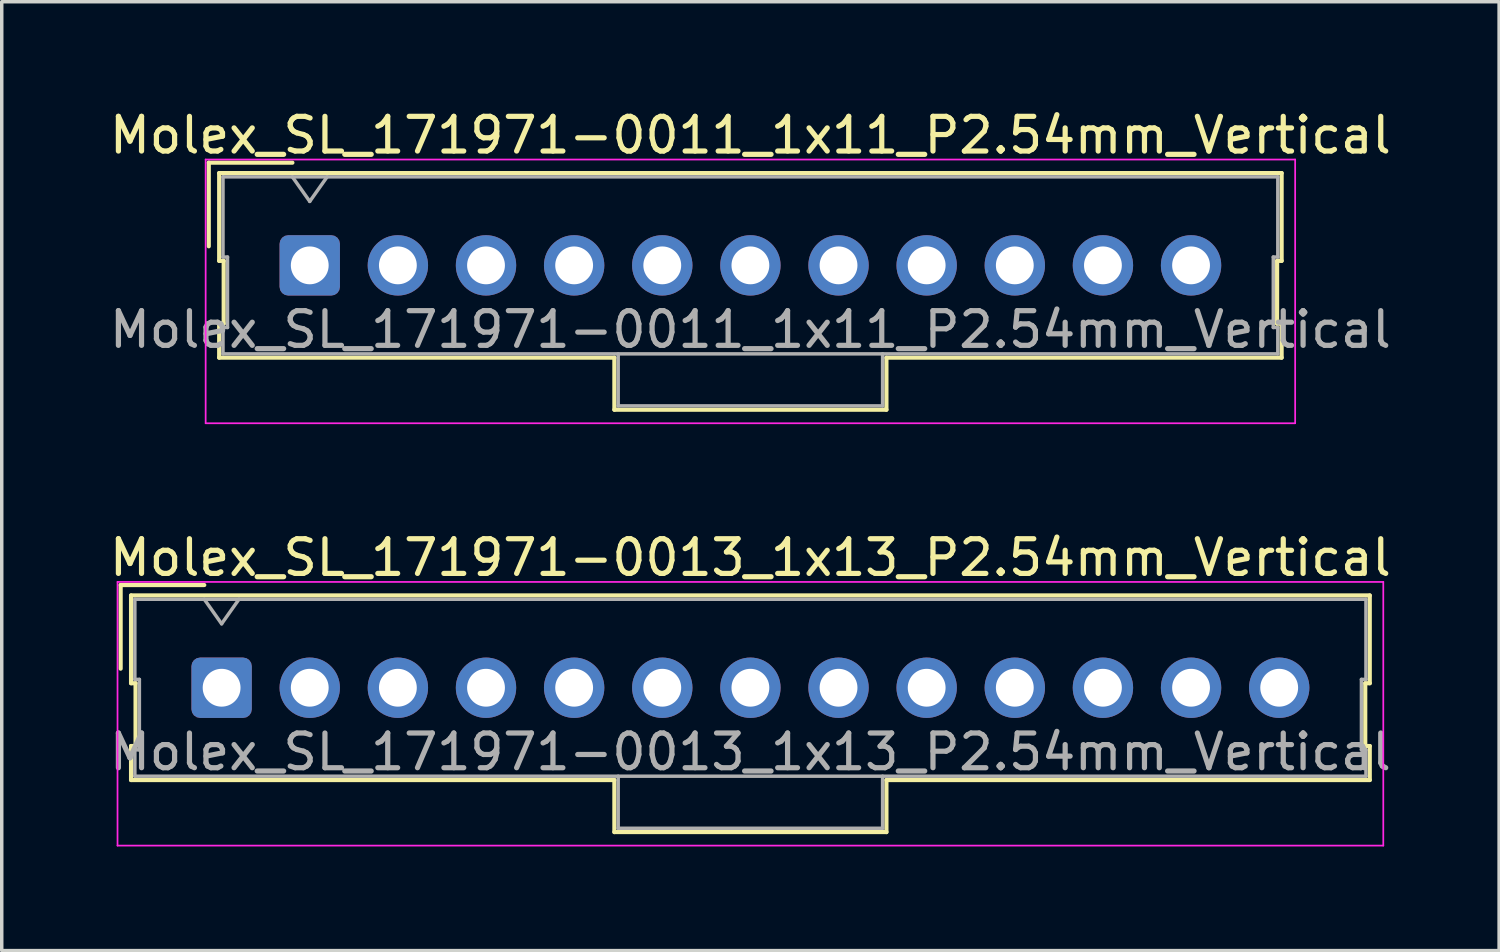
<source format=kicad_pcb>
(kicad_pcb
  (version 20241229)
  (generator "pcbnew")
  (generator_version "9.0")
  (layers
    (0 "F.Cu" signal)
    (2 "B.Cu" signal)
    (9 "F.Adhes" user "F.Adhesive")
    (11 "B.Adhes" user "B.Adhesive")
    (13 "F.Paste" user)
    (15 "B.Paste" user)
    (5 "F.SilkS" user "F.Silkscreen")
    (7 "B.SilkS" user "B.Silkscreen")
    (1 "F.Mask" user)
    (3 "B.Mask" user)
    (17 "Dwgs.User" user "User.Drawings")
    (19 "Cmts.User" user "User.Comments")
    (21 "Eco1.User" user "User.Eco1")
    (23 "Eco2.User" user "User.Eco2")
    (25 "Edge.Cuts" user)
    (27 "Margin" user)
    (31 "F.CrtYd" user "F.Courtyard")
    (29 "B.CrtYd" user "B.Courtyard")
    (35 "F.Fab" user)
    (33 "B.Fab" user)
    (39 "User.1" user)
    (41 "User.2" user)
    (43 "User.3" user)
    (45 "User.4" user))
  (footprint "Molex_SL_171971-0011_1x11_P2.54mm_Vertical"
    (layer "F.Cu")
    (at 5.877 4.598)
    (property "Reference" "Molex_SL_171971-0011_1x11_P2.54mm_Vertical" (at 12.7 -3.75 0) (layer "F.SilkS") (effects (font (size 1 1) (thickness 0.15))))
    (attr through_hole)
    (fp_line (start -2.91 -2.96) (end -0.5 -2.96) (stroke (width 0.12) (type solid)) (layer "F.SilkS"))
    (fp_line (start -2.91 -0.55) (end -2.91 -2.96) (stroke (width 0.12) (type solid)) (layer "F.SilkS"))
    (fp_line (start -2.61 -2.66) (end -2.61 -0.13) (stroke (width 0.12) (type solid)) (layer "F.SilkS"))
    (fp_line (start -2.61 -0.13) (end -2.48 -0.13) (stroke (width 0.12) (type solid)) (layer "F.SilkS"))
    (fp_line (start -2.61 1.68) (end -2.61 2.66) (stroke (width 0.12) (type solid)) (layer "F.SilkS"))
    (fp_line (start -2.61 2.66) (end 8.78 2.66) (stroke (width 0.12) (type solid)) (layer "F.SilkS"))
    (fp_line (start -2.48 -0.13) (end -2.48 1.68) (stroke (width 0.12) (type solid)) (layer "F.SilkS"))
    (fp_line (start -2.48 1.68) (end -2.61 1.68) (stroke (width 0.12) (type solid)) (layer "F.SilkS"))
    (fp_line (start 8.78 2.66) (end 8.78 4.16) (stroke (width 0.12) (type solid)) (layer "F.SilkS"))
    (fp_line (start 8.78 4.16) (end 16.62 4.16) (stroke (width 0.12) (type solid)) (layer "F.SilkS"))
    (fp_line (start 16.62 2.66) (end 28.01 2.66) (stroke (width 0.12) (type solid)) (layer "F.SilkS"))
    (fp_line (start 16.62 4.16) (end 16.62 2.66) (stroke (width 0.12) (type solid)) (layer "F.SilkS"))
    (fp_line (start 27.88 -0.13) (end 28.01 -0.13) (stroke (width 0.12) (type solid)) (layer "F.SilkS"))
    (fp_line (start 27.88 1.68) (end 27.88 -0.13) (stroke (width 0.12) (type solid)) (layer "F.SilkS"))
    (fp_line (start 28.01 -2.66) (end -2.61 -2.66) (stroke (width 0.12) (type solid)) (layer "F.SilkS"))
    (fp_line (start 28.01 -0.13) (end 28.01 -2.66) (stroke (width 0.12) (type solid)) (layer "F.SilkS"))
    (fp_line (start 28.01 1.68) (end 27.88 1.68) (stroke (width 0.12) (type solid)) (layer "F.SilkS"))
    (fp_line (start 28.01 2.66) (end 28.01 1.68) (stroke (width 0.12) (type solid)) (layer "F.SilkS"))
    (fp_line (start -3 -3.05) (end -3 4.55) (stroke (width 0.05) (type solid)) (layer "F.CrtYd"))
    (fp_line (start -3 4.55) (end 28.4 4.55) (stroke (width 0.05) (type solid)) (layer "F.CrtYd"))
    (fp_line (start 28.4 -3.05) (end -3 -3.05) (stroke (width 0.05) (type solid)) (layer "F.CrtYd"))
    (fp_line (start 28.4 4.55) (end 28.4 -3.05) (stroke (width 0.05) (type solid)) (layer "F.CrtYd"))
    (fp_line (start -2.5 -2.55) (end -2.5 -0.24) (stroke (width 0.1) (type solid)) (layer "F.Fab"))
    (fp_line (start -2.5 -0.24) (end -2.37 -0.24) (stroke (width 0.1) (type solid)) (layer "F.Fab"))
    (fp_line (start -2.5 1.79) (end -2.5 2.55) (stroke (width 0.1) (type solid)) (layer "F.Fab"))
    (fp_line (start -2.5 2.55) (end 27.9 2.55) (stroke (width 0.1) (type solid)) (layer "F.Fab"))
    (fp_line (start -2.37 -0.24) (end -2.37 1.79) (stroke (width 0.1) (type solid)) (layer "F.Fab"))
    (fp_line (start -2.37 1.79) (end -2.5 1.79) (stroke (width 0.1) (type solid)) (layer "F.Fab"))
    (fp_line (start 0 -1.843) (end -0.5 -2.55) (stroke (width 0.1) (type solid)) (layer "F.Fab"))
    (fp_line (start 0.5 -2.55) (end 0 -1.843) (stroke (width 0.1) (type solid)) (layer "F.Fab"))
    (fp_line (start 8.89 2.55) (end 8.89 4.05) (stroke (width 0.1) (type solid)) (layer "F.Fab"))
    (fp_line (start 8.89 4.05) (end 16.51 4.05) (stroke (width 0.1) (type solid)) (layer "F.Fab"))
    (fp_line (start 16.51 4.05) (end 16.51 2.55) (stroke (width 0.1) (type solid)) (layer "F.Fab"))
    (fp_line (start 27.77 -0.24) (end 27.9 -0.24) (stroke (width 0.1) (type solid)) (layer "F.Fab"))
    (fp_line (start 27.77 1.79) (end 27.77 -0.24) (stroke (width 0.1) (type solid)) (layer "F.Fab"))
    (fp_line (start 27.9 -2.55) (end -2.5 -2.55) (stroke (width 0.1) (type solid)) (layer "F.Fab"))
    (fp_line (start 27.9 -0.24) (end 27.9 -2.55) (stroke (width 0.1) (type solid)) (layer "F.Fab"))
    (fp_line (start 27.9 1.79) (end 27.77 1.79) (stroke (width 0.1) (type solid)) (layer "F.Fab"))
    (fp_line (start 27.9 2.55) (end 27.9 1.79) (stroke (width 0.1) (type solid)) (layer "F.Fab"))
    (fp_text user "${REFERENCE}" (at 12.7 1.85 0) (layer "F.Fab") (effects (font (size 1 1) (thickness 0.15))))
    (pad "1" thru_hole roundrect (at 0 0) (size 1.74 1.74) (drill 1.09) (layers "*.Cu" "*.Mask") (roundrect_rratio 0.144))
    (pad "2" thru_hole circle (at 2.54 0) (size 1.74 1.74) (drill 1.09) (layers "*.Cu" "*.Mask"))
    (pad "3" thru_hole circle (at 5.08 0) (size 1.74 1.74) (drill 1.09) (layers "*.Cu" "*.Mask"))
    (pad "4" thru_hole circle (at 7.62 0) (size 1.74 1.74) (drill 1.09) (layers "*.Cu" "*.Mask"))
    (pad "5" thru_hole circle (at 10.16 0) (size 1.74 1.74) (drill 1.09) (layers "*.Cu" "*.Mask"))
    (pad "6" thru_hole circle (at 12.7 0) (size 1.74 1.74) (drill 1.09) (layers "*.Cu" "*.Mask"))
    (pad "7" thru_hole circle (at 15.24 0) (size 1.74 1.74) (drill 1.09) (layers "*.Cu" "*.Mask"))
    (pad "8" thru_hole circle (at 17.78 0) (size 1.74 1.74) (drill 1.09) (layers "*.Cu" "*.Mask"))
    (pad "9" thru_hole circle (at 20.32 0) (size 1.74 1.74) (drill 1.09) (layers "*.Cu" "*.Mask"))
    (pad "10" thru_hole circle (at 22.86 0) (size 1.74 1.74) (drill 1.09) (layers "*.Cu" "*.Mask"))
    (pad "11" thru_hole circle (at 25.4 0) (size 1.74 1.74) (drill 1.09) (layers "*.Cu" "*.Mask")))
  (footprint "Molex_SL_171971-0013_1x13_P2.54mm_Vertical"
    (layer "F.Cu")
    (at 3.337 16.771)
    (property "Reference" "Molex_SL_171971-0013_1x13_P2.54mm_Vertical" (at 15.24 -3.75 0) (layer "F.SilkS") (effects (font (size 1 1) (thickness 0.15))))
    (attr through_hole)
    (fp_line (start -2.91 -2.96) (end -0.5 -2.96) (stroke (width 0.12) (type solid)) (layer "F.SilkS"))
    (fp_line (start -2.91 -0.55) (end -2.91 -2.96) (stroke (width 0.12) (type solid)) (layer "F.SilkS"))
    (fp_line (start -2.61 -2.66) (end -2.61 -0.13) (stroke (width 0.12) (type solid)) (layer "F.SilkS"))
    (fp_line (start -2.61 -0.13) (end -2.48 -0.13) (stroke (width 0.12) (type solid)) (layer "F.SilkS"))
    (fp_line (start -2.61 1.68) (end -2.61 2.66) (stroke (width 0.12) (type solid)) (layer "F.SilkS"))
    (fp_line (start -2.61 2.66) (end 11.32 2.66) (stroke (width 0.12) (type solid)) (layer "F.SilkS"))
    (fp_line (start -2.48 -0.13) (end -2.48 1.68) (stroke (width 0.12) (type solid)) (layer "F.SilkS"))
    (fp_line (start -2.48 1.68) (end -2.61 1.68) (stroke (width 0.12) (type solid)) (layer "F.SilkS"))
    (fp_line (start 11.32 2.66) (end 11.32 4.16) (stroke (width 0.12) (type solid)) (layer "F.SilkS"))
    (fp_line (start 11.32 4.16) (end 19.16 4.16) (stroke (width 0.12) (type solid)) (layer "F.SilkS"))
    (fp_line (start 19.16 2.66) (end 33.09 2.66) (stroke (width 0.12) (type solid)) (layer "F.SilkS"))
    (fp_line (start 19.16 4.16) (end 19.16 2.66) (stroke (width 0.12) (type solid)) (layer "F.SilkS"))
    (fp_line (start 32.96 -0.13) (end 33.09 -0.13) (stroke (width 0.12) (type solid)) (layer "F.SilkS"))
    (fp_line (start 32.96 1.68) (end 32.96 -0.13) (stroke (width 0.12) (type solid)) (layer "F.SilkS"))
    (fp_line (start 33.09 -2.66) (end -2.61 -2.66) (stroke (width 0.12) (type solid)) (layer "F.SilkS"))
    (fp_line (start 33.09 -0.13) (end 33.09 -2.66) (stroke (width 0.12) (type solid)) (layer "F.SilkS"))
    (fp_line (start 33.09 1.68) (end 32.96 1.68) (stroke (width 0.12) (type solid)) (layer "F.SilkS"))
    (fp_line (start 33.09 2.66) (end 33.09 1.68) (stroke (width 0.12) (type solid)) (layer "F.SilkS"))
    (fp_line (start -3 -3.05) (end -3 4.55) (stroke (width 0.05) (type solid)) (layer "F.CrtYd"))
    (fp_line (start -3 4.55) (end 33.48 4.55) (stroke (width 0.05) (type solid)) (layer "F.CrtYd"))
    (fp_line (start 33.48 -3.05) (end -3 -3.05) (stroke (width 0.05) (type solid)) (layer "F.CrtYd"))
    (fp_line (start 33.48 4.55) (end 33.48 -3.05) (stroke (width 0.05) (type solid)) (layer "F.CrtYd"))
    (fp_line (start -2.5 -2.55) (end -2.5 -0.24) (stroke (width 0.1) (type solid)) (layer "F.Fab"))
    (fp_line (start -2.5 -0.24) (end -2.37 -0.24) (stroke (width 0.1) (type solid)) (layer "F.Fab"))
    (fp_line (start -2.5 1.79) (end -2.5 2.55) (stroke (width 0.1) (type solid)) (layer "F.Fab"))
    (fp_line (start -2.5 2.55) (end 32.98 2.55) (stroke (width 0.1) (type solid)) (layer "F.Fab"))
    (fp_line (start -2.37 -0.24) (end -2.37 1.79) (stroke (width 0.1) (type solid)) (layer "F.Fab"))
    (fp_line (start -2.37 1.79) (end -2.5 1.79) (stroke (width 0.1) (type solid)) (layer "F.Fab"))
    (fp_line (start 0 -1.843) (end -0.5 -2.55) (stroke (width 0.1) (type solid)) (layer "F.Fab"))
    (fp_line (start 0.5 -2.55) (end 0 -1.843) (stroke (width 0.1) (type solid)) (layer "F.Fab"))
    (fp_line (start 11.43 2.55) (end 11.43 4.05) (stroke (width 0.1) (type solid)) (layer "F.Fab"))
    (fp_line (start 11.43 4.05) (end 19.05 4.05) (stroke (width 0.1) (type solid)) (layer "F.Fab"))
    (fp_line (start 19.05 4.05) (end 19.05 2.55) (stroke (width 0.1) (type solid)) (layer "F.Fab"))
    (fp_line (start 32.85 -0.24) (end 32.98 -0.24) (stroke (width 0.1) (type solid)) (layer "F.Fab"))
    (fp_line (start 32.85 1.79) (end 32.85 -0.24) (stroke (width 0.1) (type solid)) (layer "F.Fab"))
    (fp_line (start 32.98 -2.55) (end -2.5 -2.55) (stroke (width 0.1) (type solid)) (layer "F.Fab"))
    (fp_line (start 32.98 -0.24) (end 32.98 -2.55) (stroke (width 0.1) (type solid)) (layer "F.Fab"))
    (fp_line (start 32.98 1.79) (end 32.85 1.79) (stroke (width 0.1) (type solid)) (layer "F.Fab"))
    (fp_line (start 32.98 2.55) (end 32.98 1.79) (stroke (width 0.1) (type solid)) (layer "F.Fab"))
    (fp_text user "${REFERENCE}" (at 15.24 1.85 0) (layer "F.Fab") (effects (font (size 1 1) (thickness 0.15))))
    (pad "1" thru_hole roundrect (at 0 0) (size 1.74 1.74) (drill 1.09) (layers "*.Cu" "*.Mask") (roundrect_rratio 0.144))
    (pad "2" thru_hole circle (at 2.54 0) (size 1.74 1.74) (drill 1.09) (layers "*.Cu" "*.Mask"))
    (pad "3" thru_hole circle (at 5.08 0) (size 1.74 1.74) (drill 1.09) (layers "*.Cu" "*.Mask"))
    (pad "4" thru_hole circle (at 7.62 0) (size 1.74 1.74) (drill 1.09) (layers "*.Cu" "*.Mask"))
    (pad "5" thru_hole circle (at 10.16 0) (size 1.74 1.74) (drill 1.09) (layers "*.Cu" "*.Mask"))
    (pad "6" thru_hole circle (at 12.7 0) (size 1.74 1.74) (drill 1.09) (layers "*.Cu" "*.Mask"))
    (pad "7" thru_hole circle (at 15.24 0) (size 1.74 1.74) (drill 1.09) (layers "*.Cu" "*.Mask"))
    (pad "8" thru_hole circle (at 17.78 0) (size 1.74 1.74) (drill 1.09) (layers "*.Cu" "*.Mask"))
    (pad "9" thru_hole circle (at 20.32 0) (size 1.74 1.74) (drill 1.09) (layers "*.Cu" "*.Mask"))
    (pad "10" thru_hole circle (at 22.86 0) (size 1.74 1.74) (drill 1.09) (layers "*.Cu" "*.Mask"))
    (pad "11" thru_hole circle (at 25.4 0) (size 1.74 1.74) (drill 1.09) (layers "*.Cu" "*.Mask"))
    (pad "12" thru_hole circle (at 27.94 0) (size 1.74 1.74) (drill 1.09) (layers "*.Cu" "*.Mask"))
    (pad "13" thru_hole circle (at 30.48 0) (size 1.74 1.74) (drill 1.09) (layers "*.Cu" "*.Mask")))
  (gr_rect
    (start -3 -3)
    (end 40.155 24.346)
    (stroke (width 0.1) (type default))
    (fill no)
    (layer "Edge.Cuts")))
</source>
